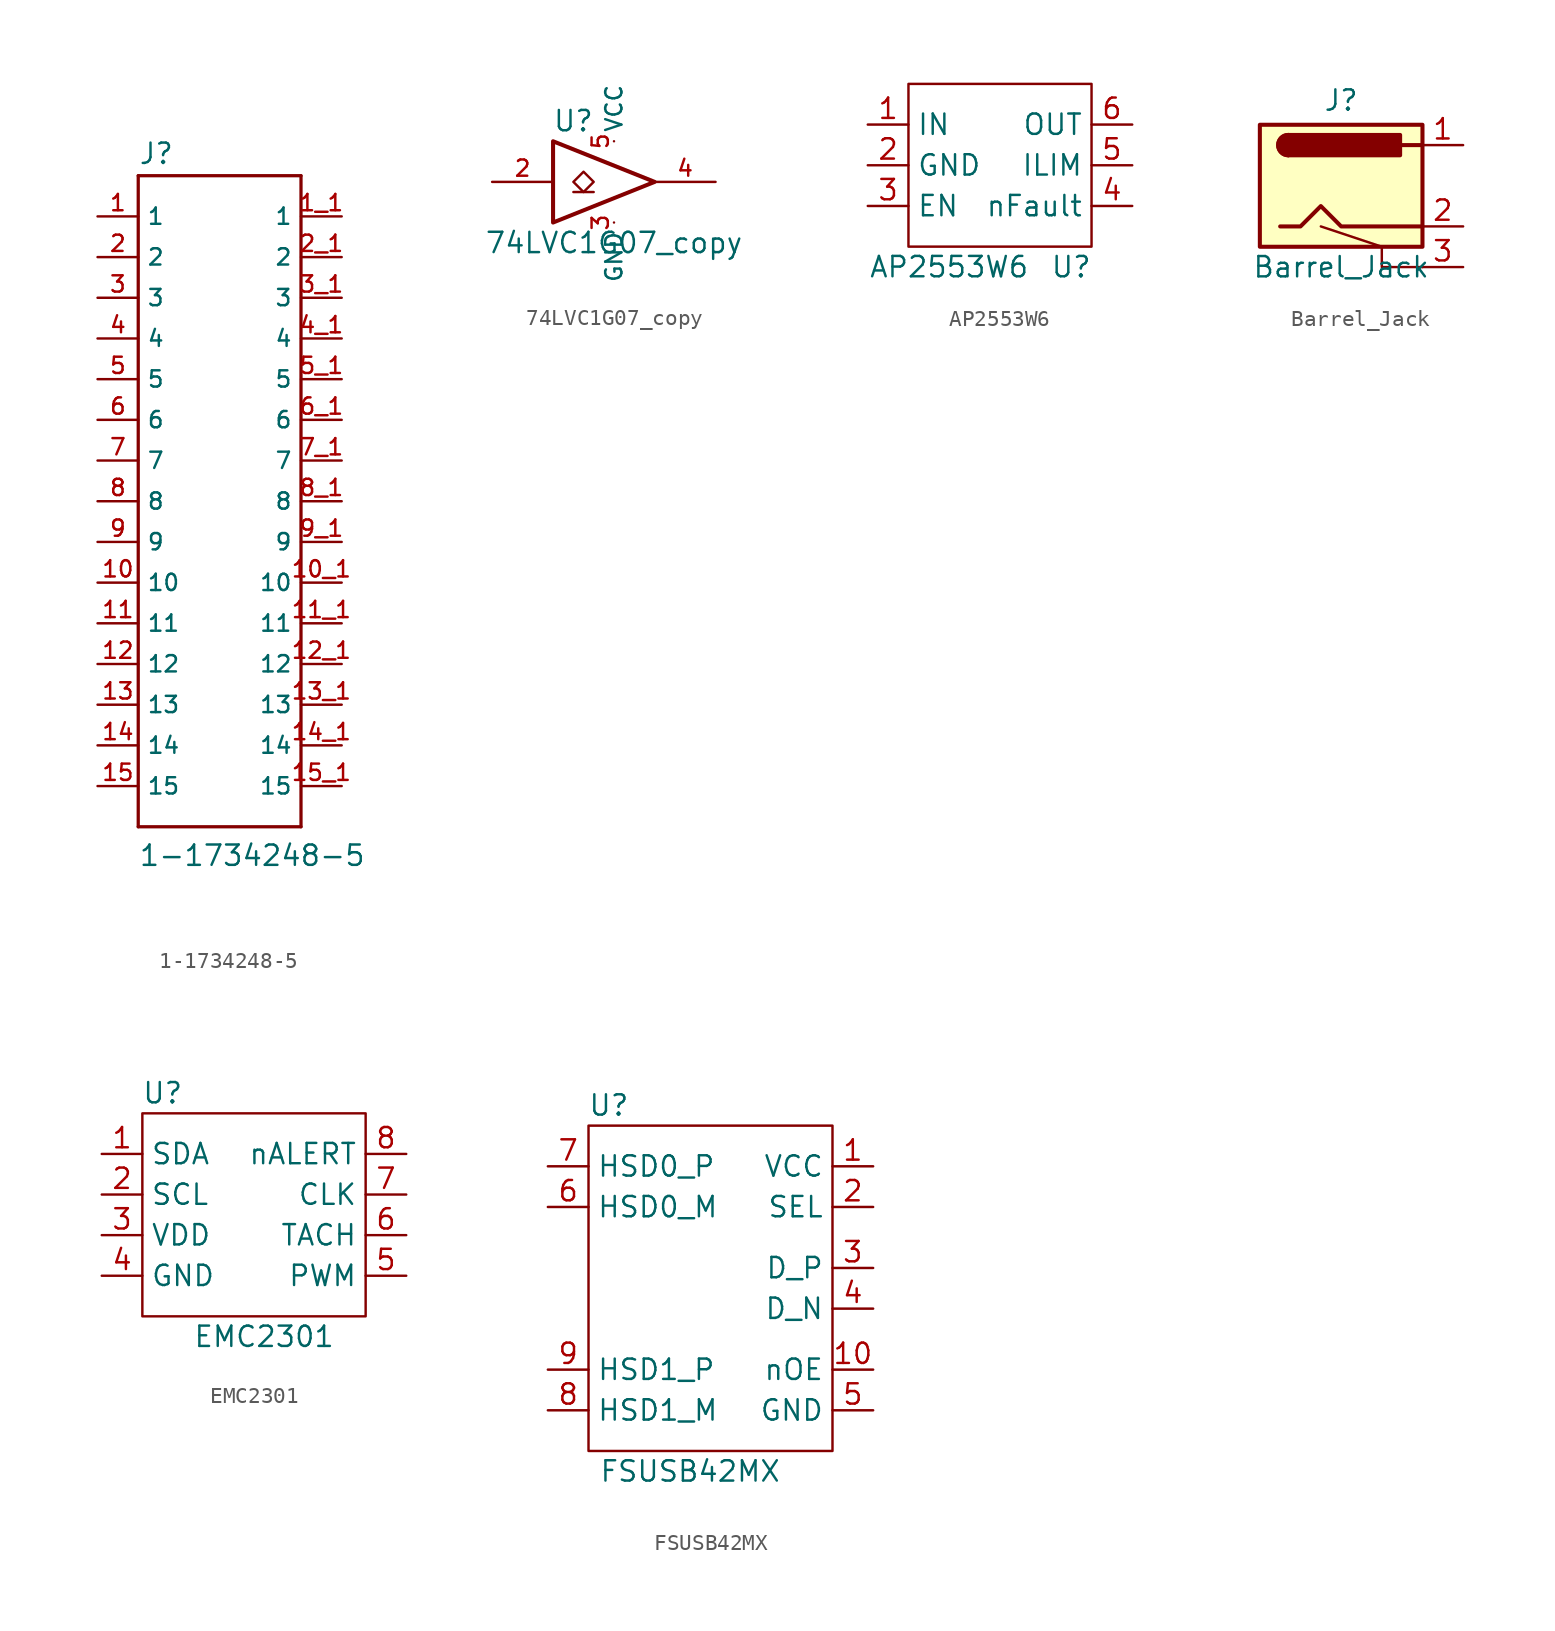
<source format=kicad_sym>
(kicad_symbol_lib
  (version 20201005)
  (generator kicad_symbol_editor)
  (symbol "ioboard:1-1734248-5"
    (property "Reference" "J"
      (at -5.08 20.955 0)
      (effects (font (size 1.27 1.27)) (justify left bottom)))
    (property "Value" "1-1734248-5"
      (at -5.08 -22.86 0)
      (effects (font (size 1.27 1.27)) (justify left bottom)))
    (property "ki_locked" ""
      (at 0 0 0)
      (effects (font (size 1.27 1.27))))
    (symbol "1-1734248-5_0_0"
      (polyline (pts (xy -5.08 -20.32) (xy 5.08 -20.32)) (stroke (width 0.203)) (fill (type none)))
      (polyline (pts (xy -5.08 20.32) (xy -5.08 -20.32)) (stroke (width 0.203)) (fill (type none)))
      (polyline (pts (xy 5.08 -20.32) (xy 5.08 20.32)) (stroke (width 0.203)) (fill (type none)))
      (polyline (pts (xy 5.08 20.32) (xy -5.08 20.32)) (stroke (width 0.203)) (fill (type none)))
      (pin passive line (at -7.62 17.78 0) (length 2.54) (name "1" (effects (font (size 1.016 1.016)))) (number "1" (effects (font (size 1.016 1.016)))))
      (pin passive line (at -7.62 -5.08 0) (length 2.54) (name "10" (effects (font (size 1.016 1.016)))) (number "10" (effects (font (size 1.016 1.016)))))
      (pin passive line (at 7.62 -5.08 180) (length 2.54) (name "10" (effects (font (size 1.016 1.016)))) (number "10_1" (effects (font (size 1.016 1.016)))))
      (pin passive line (at -7.62 -7.62 0) (length 2.54) (name "11" (effects (font (size 1.016 1.016)))) (number "11" (effects (font (size 1.016 1.016)))))
      (pin passive line (at 7.62 -7.62 180) (length 2.54) (name "11" (effects (font (size 1.016 1.016)))) (number "11_1" (effects (font (size 1.016 1.016)))))
      (pin passive line (at -7.62 -10.16 0) (length 2.54) (name "12" (effects (font (size 1.016 1.016)))) (number "12" (effects (font (size 1.016 1.016)))))
      (pin passive line (at 7.62 -10.16 180) (length 2.54) (name "12" (effects (font (size 1.016 1.016)))) (number "12_1" (effects (font (size 1.016 1.016)))))
      (pin passive line (at -7.62 -12.7 0) (length 2.54) (name "13" (effects (font (size 1.016 1.016)))) (number "13" (effects (font (size 1.016 1.016)))))
      (pin passive line (at 7.62 -12.7 180) (length 2.54) (name "13" (effects (font (size 1.016 1.016)))) (number "13_1" (effects (font (size 1.016 1.016)))))
      (pin passive line (at -7.62 -15.24 0) (length 2.54) (name "14" (effects (font (size 1.016 1.016)))) (number "14" (effects (font (size 1.016 1.016)))))
      (pin passive line (at 7.62 -15.24 180) (length 2.54) (name "14" (effects (font (size 1.016 1.016)))) (number "14_1" (effects (font (size 1.016 1.016)))))
      (pin passive line (at -7.62 -17.78 0) (length 2.54) (name "15" (effects (font (size 1.016 1.016)))) (number "15" (effects (font (size 1.016 1.016)))))
      (pin passive line (at 7.62 -17.78 180) (length 2.54) (name "15" (effects (font (size 1.016 1.016)))) (number "15_1" (effects (font (size 1.016 1.016)))))
      (pin passive line (at 7.62 17.78 180) (length 2.54) (name "1" (effects (font (size 1.016 1.016)))) (number "1_1" (effects (font (size 1.016 1.016)))))
      (pin passive line (at -7.62 15.24 0) (length 2.54) (name "2" (effects (font (size 1.016 1.016)))) (number "2" (effects (font (size 1.016 1.016)))))
      (pin passive line (at 7.62 15.24 180) (length 2.54) (name "2" (effects (font (size 1.016 1.016)))) (number "2_1" (effects (font (size 1.016 1.016)))))
      (pin passive line (at -7.62 12.7 0) (length 2.54) (name "3" (effects (font (size 1.016 1.016)))) (number "3" (effects (font (size 1.016 1.016)))))
      (pin passive line (at 7.62 12.7 180) (length 2.54) (name "3" (effects (font (size 1.016 1.016)))) (number "3_1" (effects (font (size 1.016 1.016)))))
      (pin passive line (at -7.62 10.16 0) (length 2.54) (name "4" (effects (font (size 1.016 1.016)))) (number "4" (effects (font (size 1.016 1.016)))))
      (pin passive line (at 7.62 10.16 180) (length 2.54) (name "4" (effects (font (size 1.016 1.016)))) (number "4_1" (effects (font (size 1.016 1.016)))))
      (pin passive line (at -7.62 7.62 0) (length 2.54) (name "5" (effects (font (size 1.016 1.016)))) (number "5" (effects (font (size 1.016 1.016)))))
      (pin passive line (at 7.62 7.62 180) (length 2.54) (name "5" (effects (font (size 1.016 1.016)))) (number "5_1" (effects (font (size 1.016 1.016)))))
      (pin passive line (at -7.62 5.08 0) (length 2.54) (name "6" (effects (font (size 1.016 1.016)))) (number "6" (effects (font (size 1.016 1.016)))))
      (pin passive line (at 7.62 5.08 180) (length 2.54) (name "6" (effects (font (size 1.016 1.016)))) (number "6_1" (effects (font (size 1.016 1.016)))))
      (pin passive line (at -7.62 2.54 0) (length 2.54) (name "7" (effects (font (size 1.016 1.016)))) (number "7" (effects (font (size 1.016 1.016)))))
      (pin passive line (at 7.62 2.54 180) (length 2.54) (name "7" (effects (font (size 1.016 1.016)))) (number "7_1" (effects (font (size 1.016 1.016)))))
      (pin passive line (at -7.62 0 0) (length 2.54) (name "8" (effects (font (size 1.016 1.016)))) (number "8" (effects (font (size 1.016 1.016)))))
      (pin passive line (at 7.62 0 180) (length 2.54) (name "8" (effects (font (size 1.016 1.016)))) (number "8_1" (effects (font (size 1.016 1.016)))))
      (pin passive line (at -7.62 -2.54 0) (length 2.54) (name "9" (effects (font (size 1.016 1.016)))) (number "9" (effects (font (size 1.016 1.016)))))
      (pin passive line (at 7.62 -2.54 180) (length 2.54) (name "9" (effects (font (size 1.016 1.016)))) (number "9_1" (effects (font (size 1.016 1.016)))))))
  (symbol "ioboard:74LVC1G07_copy"
    (property "Reference" "U"
      (at -2.54 3.81 0)
      (effects (font (size 1.27 1.27))))
    (property "Value" "74LVC1G07_copy"
      (at 0 -3.81 0)
      (effects (font (size 1.27 1.27))))
    (symbol "74LVC1G07_copy_0_1"
      (polyline (pts (xy -2.54 -0.635) (xy -1.27 -0.635)) (stroke (width 0)) (fill (type none)))
      (polyline (pts (xy -3.81 2.54) (xy -3.81 -2.54) (xy 2.54 0) (xy -3.81 2.54)) (stroke (width 0.254)) (fill (type none)))
      (polyline (pts (xy -1.905 0.635) (xy -2.54 0) (xy -1.905 -0.635) (xy -1.27 0) (xy -1.905 0.635)) (stroke (width 0)) (fill (type none))))
    (symbol "74LVC1G07_copy_1_1"
      (pin input line (at -7.62 0 0) (length 3.81) (name "~" (effects (font (size 1.016 1.016)))) (number "2" (effects (font (size 1.016 1.016)))))
      (pin power_in line (at 0 -2.54 270) (length 0) (name "GND" (effects (font (size 1.016 1.016)))) (number "3" (effects (font (size 1.016 1.016)))))
      (pin open_collector line (at 6.35 0 180) (length 3.81) (name "~" (effects (font (size 1.016 1.016)))) (number "4" (effects (font (size 1.016 1.016)))))
      (pin power_in line (at 0 2.54 90) (length 0) (name "VCC" (effects (font (size 1.016 1.016)))) (number "5" (effects (font (size 1.016 1.016)))))))
  (symbol "ioboard:AP2553W6"
    (property "Reference" "U"
      (at 3.81 -6.35 0)
      (effects (font (size 1.27 1.27))))
    (property "Value" "AP2553W6"
      (at -3.81 -6.35 0)
      (effects (font (size 1.27 1.27))))
    (symbol "AP2553W6_0_0"
      (pin power_in line (at -8.89 2.54 0) (length 2.54) (name "IN" (effects (font (size 1.27 1.27)))) (number "1" (effects (font (size 1.27 1.27)))))
      (pin power_out line (at -8.89 0 0) (length 2.54) (name "GND" (effects (font (size 1.27 1.27)))) (number "2" (effects (font (size 1.27 1.27)))))
      (pin input line (at -8.89 -2.54 0) (length 2.54) (name "EN" (effects (font (size 1.27 1.27)))) (number "3" (effects (font (size 1.27 1.27)))))
      (pin open_collector line (at 7.62 -2.54 180) (length 2.54) (name "nFault" (effects (font (size 1.27 1.27)))) (number "4" (effects (font (size 1.27 1.27)))))
      (pin passive line (at 7.62 0 180) (length 2.54) (name "ILIM" (effects (font (size 1.27 1.27)))) (number "5" (effects (font (size 1.27 1.27)))))
      (pin power_out line (at 7.62 2.54 180) (length 2.54) (name "OUT" (effects (font (size 1.27 1.27)))) (number "6" (effects (font (size 1.27 1.27))))))
    (symbol "AP2553W6_0_1"
      (rectangle (start -6.35 5.08) (end 5.08 -5.08) (stroke (width 0)) (fill (type none)))))
  (symbol "ioboard:Barrel_Jack"
    (property "Reference" "J"
      (at 0 5.334 0)
      (effects (font (size 1.27 1.27))))
    (property "Value" "Barrel_Jack"
      (at 0 -5.08 0)
      (effects (font (size 1.27 1.27))))
    (symbol "Barrel_Jack_0_1"
      (arc (start -3.302 3.175) (end -3.302 1.905) (radius (at -3.302 2.54) (length 0.635) (angles 90.1 -90.1)) (stroke (width 0.254)) (fill (type none)))
      (arc (start -3.302 3.175) (end -3.302 1.905) (radius (at -3.302 2.54) (length 0.635) (angles 90.1 -90.1)) (stroke (width 0.254)) (fill (type outline)))
      (rectangle (start 3.683 3.175) (end -3.302 1.905) (stroke (width 0.254)) (fill (type outline)))
      (rectangle (start -5.08 3.81) (end 5.08 -3.81) (stroke (width 0.254)) (fill (type background)))
      (polyline (pts (xy 5.08 2.54) (xy 3.81 2.54)) (stroke (width 0.254)) (fill (type none)))
      (polyline (pts (xy 5.08 -5.08) (xy 2.54 -5.08) (xy 2.54 -3.81) (xy -1.27 -2.54)) (stroke (width 0)) (fill (type none)))
      (polyline (pts (xy -3.81 -2.54) (xy -2.54 -2.54) (xy -1.27 -1.27) (xy 0 -2.54) (xy 2.54 -2.54) (xy 5.08 -2.54)) (stroke (width 0.254)) (fill (type none))))
    (symbol "Barrel_Jack_1_1"
      (pin passive line (at 7.62 2.54 180) (length 2.54) (name "~" (effects (font (size 1.27 1.27)))) (number "1" (effects (font (size 1.27 1.27)))))
      (pin passive line (at 7.62 -2.54 180) (length 2.54) (name "~" (effects (font (size 1.27 1.27)))) (number "2" (effects (font (size 1.27 1.27)))))
      (pin passive line (at 7.62 -5.08 180) (length 2.54) (name "~" (effects (font (size 1.27 1.27)))) (number "3" (effects (font (size 1.27 1.27)))))))
  (symbol "ioboard:EMC2301"
    (property "Reference" "U"
      (at -7.62 13.97 0)
      (effects (font (size 1.27 1.27))))
    (property "Value" "EMC2301"
      (at -1.27 -1.27 0)
      (effects (font (size 1.27 1.27))))
    (symbol "EMC2301_0_0"
      (pin open_collector line (at -11.43 10.16 0) (length 2.54) (name "SDA" (effects (font (size 1.27 1.27)))) (number "1" (effects (font (size 1.27 1.27)))))
      (pin open_collector line (at -11.43 7.62 0) (length 2.54) (name "SCL" (effects (font (size 1.27 1.27)))) (number "2" (effects (font (size 1.27 1.27)))))
      (pin power_in line (at -11.43 5.08 0) (length 2.54) (name "VDD" (effects (font (size 1.27 1.27)))) (number "3" (effects (font (size 1.27 1.27)))))
      (pin power_in line (at -11.43 2.54 0) (length 2.54) (name "GND" (effects (font (size 1.27 1.27)))) (number "4" (effects (font (size 1.27 1.27)))))
      (pin output line (at 7.62 2.54 180) (length 2.54) (name "PWM" (effects (font (size 1.27 1.27)))) (number "5" (effects (font (size 1.27 1.27)))))
      (pin input line (at 7.62 5.08 180) (length 2.54) (name "TACH" (effects (font (size 1.27 1.27)))) (number "6" (effects (font (size 1.27 1.27)))))
      (pin input line (at 7.62 7.62 180) (length 2.54) (name "CLK" (effects (font (size 1.27 1.27)))) (number "7" (effects (font (size 1.27 1.27)))))
      (pin open_collector line (at 7.62 10.16 180) (length 2.54) (name "nALERT" (effects (font (size 1.27 1.27)))) (number "8" (effects (font (size 1.27 1.27))))))
    (symbol "EMC2301_0_1"
      (rectangle (start -8.89 12.7) (end 5.08 0) (stroke (width 0)) (fill (type none)))))
  (symbol "ioboard:FSUSB42MX"
    (property "Reference" "U"
      (at -7.62 20.32 0)
      (effects (font (size 1.27 1.27))))
    (property "Value" "FSUSB42MX"
      (at -2.54 -2.54 0)
      (effects (font (size 1.27 1.27))))
    (symbol "FSUSB42MX_0_0"
      (pin power_in line (at 8.89 16.51 180) (length 2.54) (name "VCC" (effects (font (size 1.27 1.27)))) (number "1" (effects (font (size 1.27 1.27)))))
      (pin input line (at 8.89 3.81 180) (length 2.54) (name "nOE" (effects (font (size 1.27 1.27)))) (number "10" (effects (font (size 1.27 1.27)))))
      (pin input line (at 8.89 13.97 180) (length 2.54) (name "SEL" (effects (font (size 1.27 1.27)))) (number "2" (effects (font (size 1.27 1.27)))))
      (pin bidirectional line (at 8.89 10.16 180) (length 2.54) (name "D_P" (effects (font (size 1.27 1.27)))) (number "3" (effects (font (size 1.27 1.27)))))
      (pin bidirectional line (at 8.89 7.62 180) (length 2.54) (name "D_N" (effects (font (size 1.27 1.27)))) (number "4" (effects (font (size 1.27 1.27)))))
      (pin power_in line (at 8.89 1.27 180) (length 2.54) (name "GND" (effects (font (size 1.27 1.27)))) (number "5" (effects (font (size 1.27 1.27)))))
      (pin bidirectional line (at -11.43 13.97 0) (length 2.54) (name "HSD0_M" (effects (font (size 1.27 1.27)))) (number "6" (effects (font (size 1.27 1.27)))))
      (pin bidirectional line (at -11.43 16.51 0) (length 2.54) (name "HSD0_P" (effects (font (size 1.27 1.27)))) (number "7" (effects (font (size 1.27 1.27)))))
      (pin bidirectional line (at -11.43 1.27 0) (length 2.54) (name "HSD1_M" (effects (font (size 1.27 1.27)))) (number "8" (effects (font (size 1.27 1.27)))))
      (pin bidirectional line (at -11.43 3.81 0) (length 2.54) (name "HSD1_P" (effects (font (size 1.27 1.27)))) (number "9" (effects (font (size 1.27 1.27))))))
    (symbol "FSUSB42MX_0_1"
      (rectangle (start -8.89 19.05) (end 6.35 -1.27) (stroke (width 0)) (fill (type none))))))
</source>
